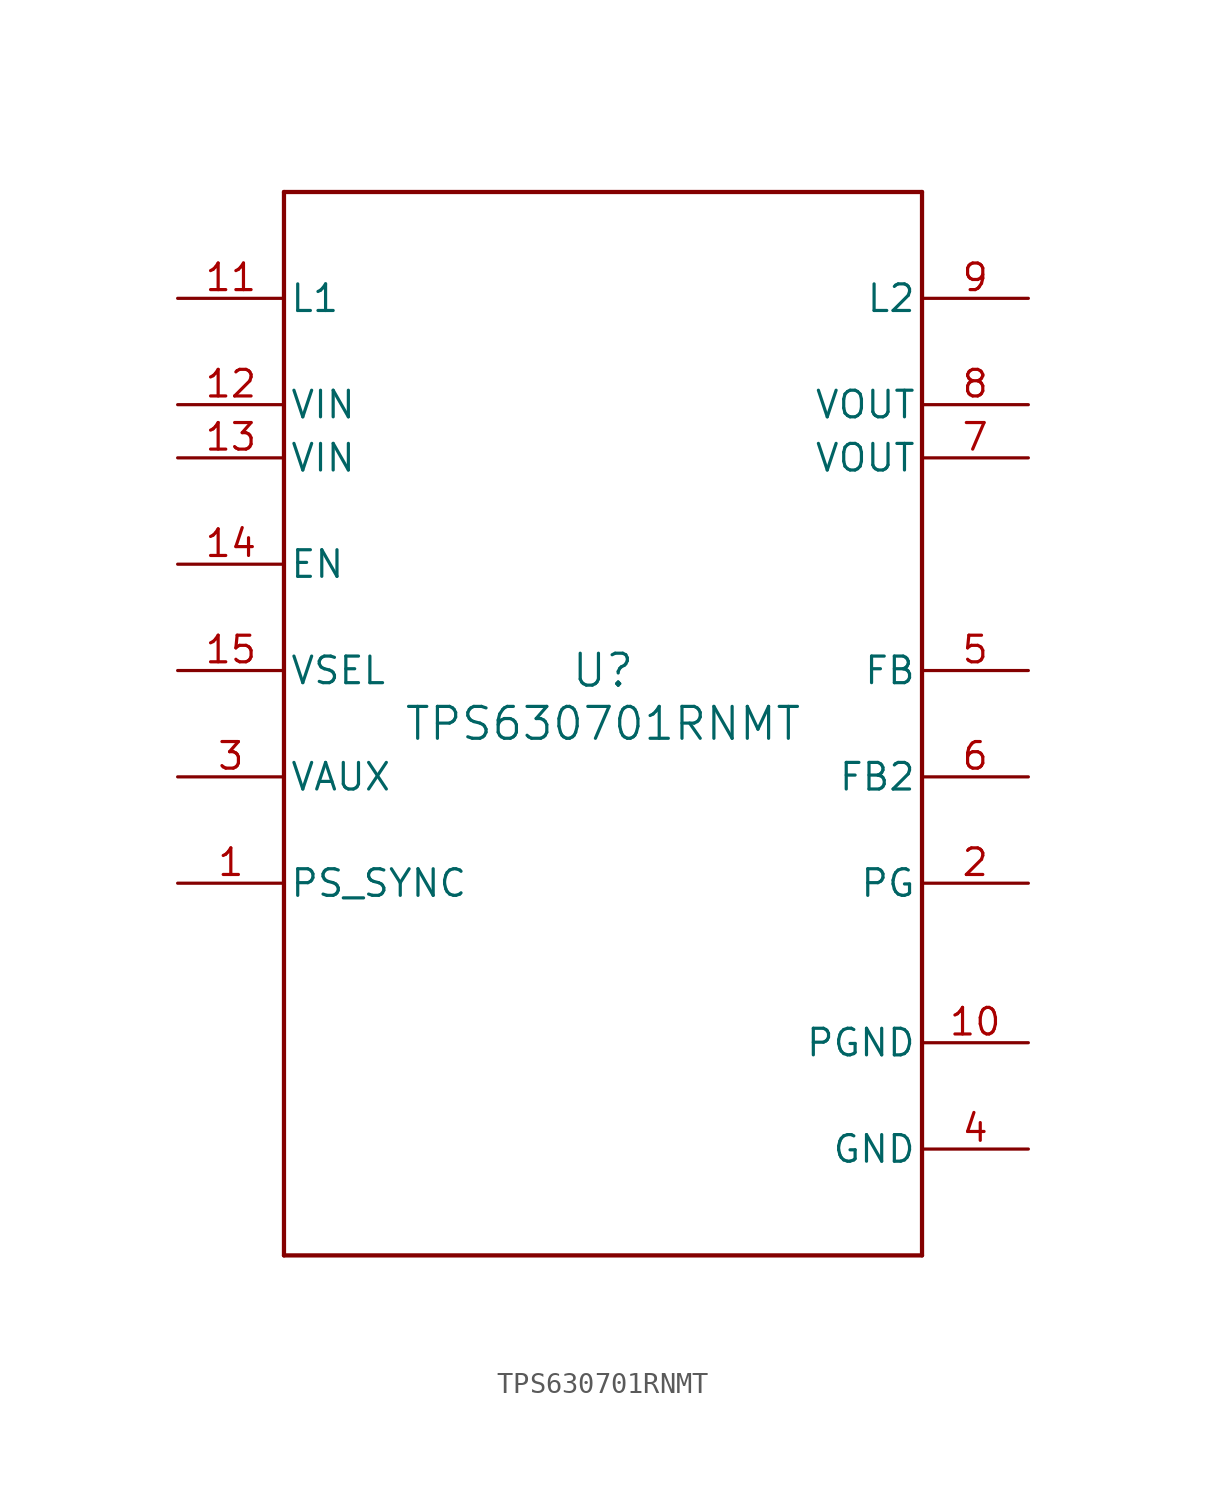
<source format=kicad_sym>
(kicad_symbol_lib
  (version 20211014)
  (generator kicad_symbol_editor)
  (symbol "TPS630701RNMT"
    (pin_names
      (offset 0.254))
    (property "Reference" "U"
      (at 0 2.54 0)
      (effects (font (size 1.524 1.524))))
    (property "Value" "TPS630701RNMT"
      (at 0 0 0)
      (effects (font (size 1.524 1.524))))
    (symbol "TPS630701RNMT_0_1"
      (polyline (pts (xy -15.24 -25.4) (xy 15.24 -25.4)) (stroke (width 0.203) (type default) (color 0 0 0 0)) (fill (type none)))
      (polyline (pts (xy 15.24 -25.4) (xy 15.24 25.4)) (stroke (width 0.203) (type default) (color 0 0 0 0)) (fill (type none)))
      (polyline (pts (xy 15.24 25.4) (xy -15.24 25.4)) (stroke (width 0.203) (type default) (color 0 0 0 0)) (fill (type none)))
      (polyline (pts (xy -15.24 25.4) (xy -15.24 -25.4)) (stroke (width 0.203) (type default) (color 0 0 0 0)) (fill (type none)))
      (pin input line (at -20.32 -7.62 0) (length 5.08) (name "PS_SYNC" (effects (font (size 1.27 1.27)))) (number "1" (effects (font (size 1.27 1.27)))))
      (pin open_collector line (at 20.32 -7.62 180) (length 5.08) (name "PG" (effects (font (size 1.27 1.27)))) (number "2" (effects (font (size 1.27 1.27)))))
      (pin unspecified line (at -20.32 -2.54 0) (length 5.08) (name "VAUX" (effects (font (size 1.27 1.27)))) (number "3" (effects (font (size 1.27 1.27)))))
      (pin power_in line (at 20.32 -20.32 180) (length 5.08) (name "GND" (effects (font (size 1.27 1.27)))) (number "4" (effects (font (size 1.27 1.27)))))
      (pin output line (at 20.32 2.54 180) (length 5.08) (name "FB" (effects (font (size 1.27 1.27)))) (number "5" (effects (font (size 1.27 1.27)))))
      (pin input line (at 20.32 -2.54 180) (length 5.08) (name "FB2" (effects (font (size 1.27 1.27)))) (number "6" (effects (font (size 1.27 1.27)))))
      (pin power_in line (at 20.32 12.7 180) (length 5.08) (name "VOUT" (effects (font (size 1.27 1.27)))) (number "7" (effects (font (size 1.27 1.27)))))
      (pin power_in line (at 20.32 15.24 180) (length 5.08) (name "VOUT" (effects (font (size 1.27 1.27)))) (number "8" (effects (font (size 1.27 1.27)))))
      (pin unspecified line (at 20.32 20.32 180) (length 5.08) (name "L2" (effects (font (size 1.27 1.27)))) (number "9" (effects (font (size 1.27 1.27)))))
      (pin power_in line (at 20.32 -15.24 180) (length 5.08) (name "PGND" (effects (font (size 1.27 1.27)))) (number "10" (effects (font (size 1.27 1.27)))))
      (pin unspecified line (at -20.32 20.32 0) (length 5.08) (name "L1" (effects (font (size 1.27 1.27)))) (number "11" (effects (font (size 1.27 1.27)))))
      (pin power_in line (at -20.32 15.24 0) (length 5.08) (name "VIN" (effects (font (size 1.27 1.27)))) (number "12" (effects (font (size 1.27 1.27)))))
      (pin power_in line (at -20.32 12.7 0) (length 5.08) (name "VIN" (effects (font (size 1.27 1.27)))) (number "13" (effects (font (size 1.27 1.27)))))
      (pin input line (at -20.32 7.62 0) (length 5.08) (name "EN" (effects (font (size 1.27 1.27)))) (number "14" (effects (font (size 1.27 1.27)))))
      (pin input line (at -20.32 2.54 0) (length 5.08) (name "VSEL" (effects (font (size 1.27 1.27)))) (number "15" (effects (font (size 1.27 1.27))))))))
</source>
